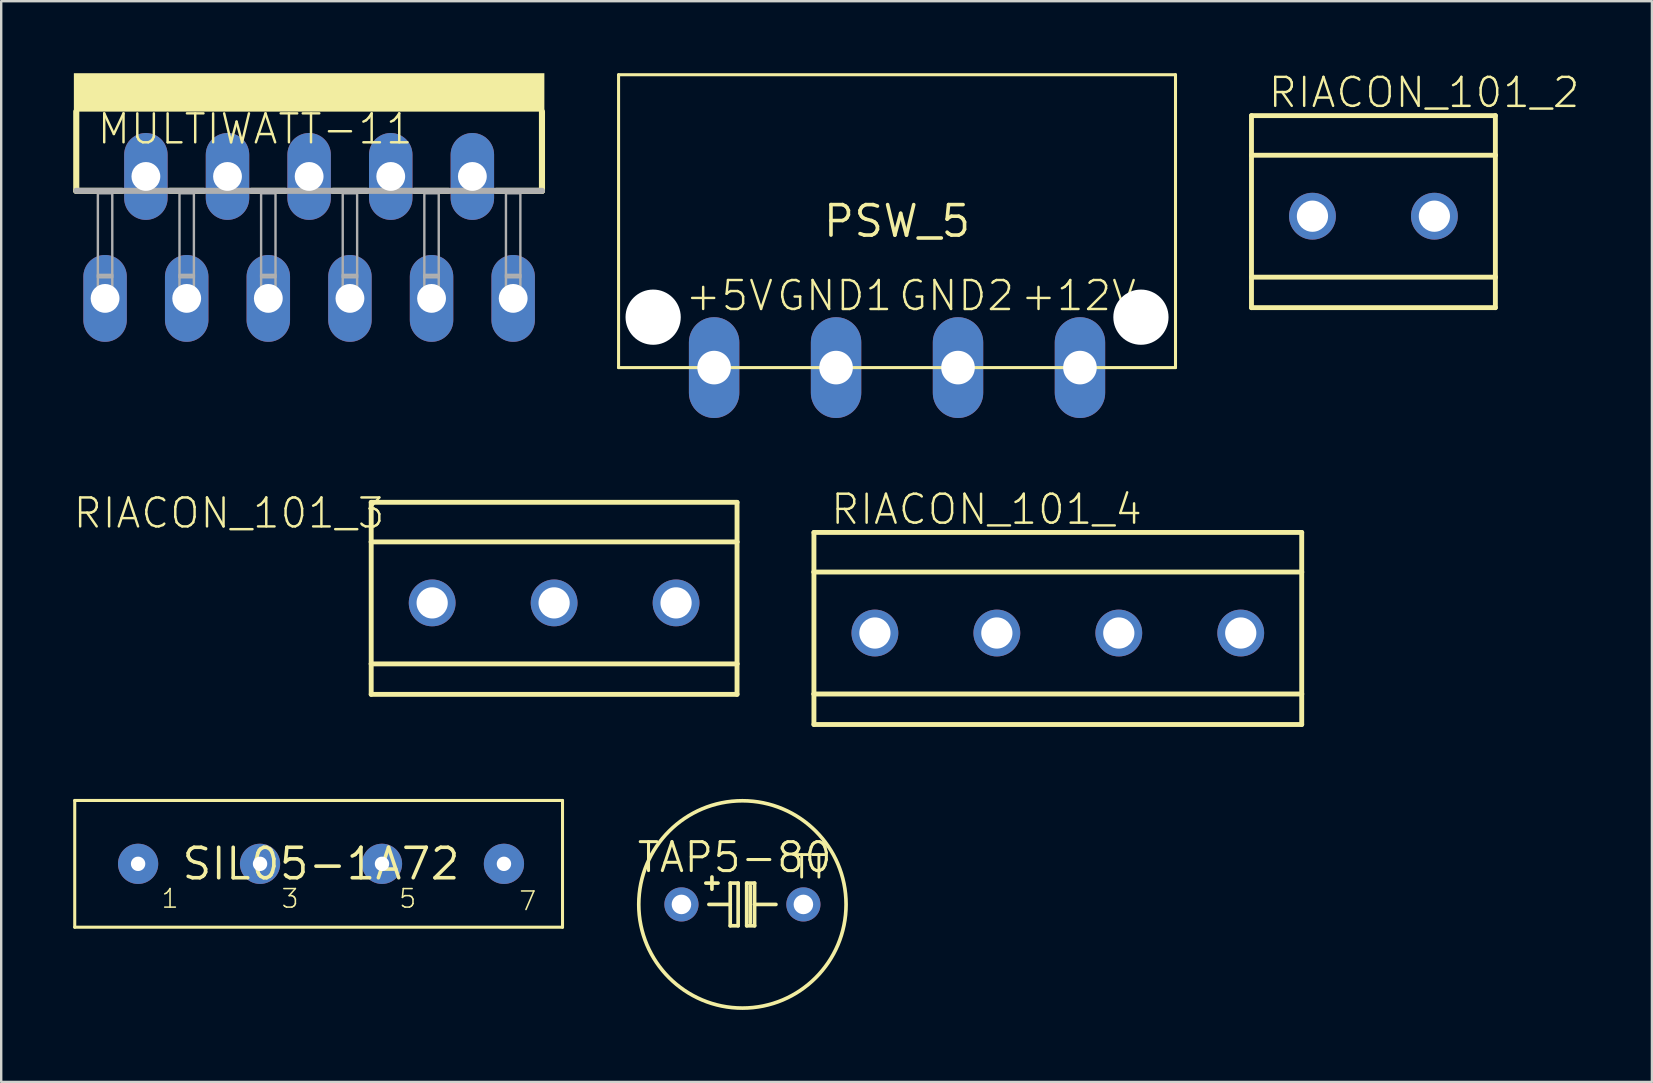
<source format=kicad_pcb>
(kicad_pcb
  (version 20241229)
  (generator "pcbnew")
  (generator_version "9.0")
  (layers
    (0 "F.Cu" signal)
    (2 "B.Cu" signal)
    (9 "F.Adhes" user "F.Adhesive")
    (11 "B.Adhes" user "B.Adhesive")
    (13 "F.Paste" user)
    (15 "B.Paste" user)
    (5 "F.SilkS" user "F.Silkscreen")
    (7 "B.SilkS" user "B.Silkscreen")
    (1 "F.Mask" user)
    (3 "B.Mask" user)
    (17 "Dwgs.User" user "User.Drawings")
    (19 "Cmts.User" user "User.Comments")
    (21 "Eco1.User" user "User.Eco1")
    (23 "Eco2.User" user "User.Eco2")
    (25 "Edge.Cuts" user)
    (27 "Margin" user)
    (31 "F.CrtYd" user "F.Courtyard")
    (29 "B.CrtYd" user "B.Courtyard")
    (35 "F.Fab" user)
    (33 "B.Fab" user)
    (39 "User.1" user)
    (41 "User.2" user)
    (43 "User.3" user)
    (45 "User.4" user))
  (footprint "MULTIWATT-11"
    (layer "F.Cu")
    (at 9.827 3.03)
    (property "Reference" "MULTIWATT-11" (at -8.89 0 0) (layer "F.SilkS") (effects (font (size 1.206 1.206) (thickness 0.102)) (justify left bottom)))
    (attr through_hole)
    (fp_line (start -9.7 1.87) (end -9.7 -1.43) (stroke (width 0.254) (type solid)) (layer "F.SilkS"))
    (fp_line (start -9.7 1.87) (end -7.8 1.87) (stroke (width 0.254) (type solid)) (layer "F.SilkS"))
    (fp_line (start -5.8 1.87) (end -4.4 1.87) (stroke (width 0.254) (type solid)) (layer "F.SilkS"))
    (fp_line (start -2.4 1.87) (end -1 1.87) (stroke (width 0.254) (type solid)) (layer "F.SilkS"))
    (fp_line (start 1 1.87) (end 2.4 1.87) (stroke (width 0.254) (type solid)) (layer "F.SilkS"))
    (fp_line (start 4.4 1.87) (end 5.8 1.87) (stroke (width 0.254) (type solid)) (layer "F.SilkS"))
    (fp_line (start 7.8 1.87) (end 9.7 1.87) (stroke (width 0.254) (type solid)) (layer "F.SilkS"))
    (fp_line (start 9.7 1.87) (end 9.7 -1.43) (stroke (width 0.254) (type solid)) (layer "F.SilkS"))
    (fp_poly (pts (xy -9.8 -1.43) (xy 9.8 -1.43) (xy 9.8 -3.03) (xy -9.8 -3.03)) (stroke (width 0) (type solid)) (fill yes) (layer "F.SilkS"))
    (fp_line (start -9.7 1.87) (end 9.7 1.87) (stroke (width 0.254) (type solid)) (layer "F.Fab"))
    (fp_poly (pts (xy -8.8 5.47) (xy -8.2 5.47) (xy -8.2 1.97) (xy -8.8 1.97)) (stroke (width 0.1) (type solid)) (fill no) (layer "F.Fab"))
    (fp_poly (pts (xy -8.8 6.57) (xy -8.2 6.57) (xy -8.2 5.37) (xy -8.8 5.37)) (stroke (width 0.1) (type solid)) (fill no) (layer "F.Fab"))
    (fp_poly (pts (xy -5.4 5.47) (xy -4.8 5.47) (xy -4.8 1.97) (xy -5.4 1.97)) (stroke (width 0.1) (type solid)) (fill no) (layer "F.Fab"))
    (fp_poly (pts (xy -5.4 6.57) (xy -4.8 6.57) (xy -4.8 5.37) (xy -5.4 5.37)) (stroke (width 0.1) (type solid)) (fill no) (layer "F.Fab"))
    (fp_poly (pts (xy -2 5.47) (xy -1.4 5.47) (xy -1.4 1.97) (xy -2 1.97)) (stroke (width 0.1) (type solid)) (fill no) (layer "F.Fab"))
    (fp_poly (pts (xy -2 6.57) (xy -1.4 6.57) (xy -1.4 5.37) (xy -2 5.37)) (stroke (width 0.1) (type solid)) (fill no) (layer "F.Fab"))
    (fp_poly (pts (xy 1.4 5.47) (xy 2 5.47) (xy 2 1.97) (xy 1.4 1.97)) (stroke (width 0.1) (type solid)) (fill no) (layer "F.Fab"))
    (fp_poly (pts (xy 1.4 6.57) (xy 2 6.57) (xy 2 5.37) (xy 1.4 5.37)) (stroke (width 0.1) (type solid)) (fill no) (layer "F.Fab"))
    (fp_poly (pts (xy 4.8 5.47) (xy 5.4 5.47) (xy 5.4 1.97) (xy 4.8 1.97)) (stroke (width 0.1) (type solid)) (fill no) (layer "F.Fab"))
    (fp_poly (pts (xy 4.8 6.57) (xy 5.4 6.57) (xy 5.4 5.37) (xy 4.8 5.37)) (stroke (width 0.1) (type solid)) (fill no) (layer "F.Fab"))
    (fp_poly (pts (xy 8.2 5.47) (xy 8.8 5.47) (xy 8.8 1.97) (xy 8.2 1.97)) (stroke (width 0.1) (type solid)) (fill no) (layer "F.Fab"))
    (fp_poly (pts (xy 8.2 6.57) (xy 8.8 6.57) (xy 8.8 5.37) (xy 8.2 5.37)) (stroke (width 0.1) (type solid)) (fill no) (layer "F.Fab"))
    (pad "1" thru_hole oval (at -8.5 6.35 90) (size 3.619 1.81) (drill 1.2) (layers "*.Cu" "*.Mask"))
    (pad "2" thru_hole oval (at -6.8 1.27 90) (size 3.619 1.81) (drill 1.2) (layers "*.Cu" "*.Mask"))
    (pad "3" thru_hole oval (at -5.1 6.35 90) (size 3.619 1.81) (drill 1.2) (layers "*.Cu" "*.Mask"))
    (pad "4" thru_hole oval (at -3.4 1.27 90) (size 3.619 1.81) (drill 1.2) (layers "*.Cu" "*.Mask"))
    (pad "5" thru_hole oval (at -1.7 6.35 90) (size 3.619 1.81) (drill 1.2) (layers "*.Cu" "*.Mask"))
    (pad "6" thru_hole oval (at 0 1.27 90) (size 3.619 1.81) (drill 1.2) (layers "*.Cu" "*.Mask"))
    (pad "7" thru_hole oval (at 1.7 6.35 90) (size 3.619 1.81) (drill 1.2) (layers "*.Cu" "*.Mask"))
    (pad "8" thru_hole oval (at 3.4 1.27 90) (size 3.619 1.81) (drill 1.2) (layers "*.Cu" "*.Mask"))
    (pad "9" thru_hole oval (at 5.1 6.35 90) (size 3.619 1.81) (drill 1.2) (layers "*.Cu" "*.Mask"))
    (pad "10" thru_hole oval (at 6.8 1.27 90) (size 3.619 1.81) (drill 1.2) (layers "*.Cu" "*.Mask"))
    (pad "11" thru_hole oval (at 8.5 6.35 90) (size 3.619 1.81) (drill 1.2) (layers "*.Cu" "*.Mask")))
  (footprint "RIACON_101_3"
    (layer "F.Cu")
    (at 20.033 22.065)
    (property "Reference" "RIACON_101_3" (at -6.985 -4.445 0) (layer "F.SilkS") (effects (font (size 1.206 1.206) (thickness 0.102)) (justify right top)))
    (attr through_hole)
    (fp_line (start -7.62 -4.19) (end 7.62 -4.19) (stroke (width 0.203) (type solid)) (layer "F.SilkS"))
    (fp_line (start -7.62 -2.54) (end -7.62 -4.19) (stroke (width 0.203) (type solid)) (layer "F.SilkS"))
    (fp_line (start -7.62 -2.54) (end 7.62 -2.54) (stroke (width 0.203) (type solid)) (layer "F.SilkS"))
    (fp_line (start -7.62 2.54) (end -7.62 -2.54) (stroke (width 0.203) (type solid)) (layer "F.SilkS"))
    (fp_line (start -7.62 2.54) (end 7.62 2.54) (stroke (width 0.203) (type solid)) (layer "F.SilkS"))
    (fp_line (start -7.62 3.81) (end -7.62 2.54) (stroke (width 0.203) (type solid)) (layer "F.SilkS"))
    (fp_line (start 7.62 -4.19) (end 7.62 -2.54) (stroke (width 0.203) (type solid)) (layer "F.SilkS"))
    (fp_line (start 7.62 -2.54) (end 7.62 2.54) (stroke (width 0.203) (type solid)) (layer "F.SilkS"))
    (fp_line (start 7.62 2.54) (end 7.62 3.81) (stroke (width 0.203) (type solid)) (layer "F.SilkS"))
    (fp_line (start 7.62 3.81) (end -7.62 3.81) (stroke (width 0.203) (type solid)) (layer "F.SilkS"))
    (fp_circle (center -5.08 0) (end -4.63 0) (stroke (width 0) (type solid)) (fill yes) (layer "F.Fab"))
    (fp_circle (center 0 0) (end 0.45 0) (stroke (width 0) (type solid)) (fill yes) (layer "F.Fab"))
    (fp_circle (center 5.08 0) (end 5.53 0) (stroke (width 0) (type solid)) (fill yes) (layer "F.Fab"))
    (pad "1" thru_hole circle (at -5.08 0) (size 1.95 1.95) (drill 1.3) (layers "*.Cu" "*.Mask"))
    (pad "2" thru_hole circle (at 0 0) (size 1.95 1.95) (drill 1.3) (layers "*.Cu" "*.Mask"))
    (pad "3" thru_hole circle (at 5.08 0) (size 1.95 1.95) (drill 1.3) (layers "*.Cu" "*.Mask")))
  (footprint "RIACON_101_4"
    (layer "F.Cu")
    (at 41.016 23.32)
    (property "Reference" "RIACON_101_4" (at -9.525 -4.445 0) (layer "F.SilkS") (effects (font (size 1.206 1.206) (thickness 0.102)) (justify left bottom)))
    (attr through_hole)
    (fp_line (start -10.16 -4.19) (end 10.16 -4.19) (stroke (width 0.203) (type solid)) (layer "F.SilkS"))
    (fp_line (start -10.16 -2.54) (end -10.16 -4.19) (stroke (width 0.203) (type solid)) (layer "F.SilkS"))
    (fp_line (start -10.16 -2.54) (end 10.16 -2.54) (stroke (width 0.203) (type solid)) (layer "F.SilkS"))
    (fp_line (start -10.16 2.54) (end -10.16 -2.54) (stroke (width 0.203) (type solid)) (layer "F.SilkS"))
    (fp_line (start -10.16 2.54) (end 10.16 2.54) (stroke (width 0.203) (type solid)) (layer "F.SilkS"))
    (fp_line (start -10.16 3.81) (end -10.16 2.54) (stroke (width 0.203) (type solid)) (layer "F.SilkS"))
    (fp_line (start 10.16 -4.19) (end 10.16 -2.54) (stroke (width 0.203) (type solid)) (layer "F.SilkS"))
    (fp_line (start 10.16 -2.54) (end 10.16 2.54) (stroke (width 0.203) (type solid)) (layer "F.SilkS"))
    (fp_line (start 10.16 2.54) (end 10.16 3.81) (stroke (width 0.203) (type solid)) (layer "F.SilkS"))
    (fp_line (start 10.16 3.81) (end -10.16 3.81) (stroke (width 0.203) (type solid)) (layer "F.SilkS"))
    (fp_circle (center -7.62 0) (end -7.17 0) (stroke (width 0) (type solid)) (fill yes) (layer "F.Fab"))
    (fp_circle (center -2.54 0) (end -2.09 0) (stroke (width 0) (type solid)) (fill yes) (layer "F.Fab"))
    (fp_circle (center 2.54 0) (end 2.99 0) (stroke (width 0) (type solid)) (fill yes) (layer "F.Fab"))
    (fp_circle (center 7.62 0) (end 8.07 0) (stroke (width 0) (type solid)) (fill yes) (layer "F.Fab"))
    (pad "1" thru_hole circle (at -7.62 0) (size 1.95 1.95) (drill 1.3) (layers "*.Cu" "*.Mask"))
    (pad "2" thru_hole circle (at -2.54 0) (size 1.95 1.95) (drill 1.3) (layers "*.Cu" "*.Mask"))
    (pad "3" thru_hole circle (at 2.54 0) (size 1.95 1.95) (drill 1.3) (layers "*.Cu" "*.Mask"))
    (pad "4" thru_hole circle (at 7.62 0) (size 1.95 1.95) (drill 1.3) (layers "*.Cu" "*.Mask")))
  (footprint "SIL05-1A72"
    (layer "F.Cu")
    (at 10.323 32.935)
    (property "Reference" "SIL05-1A72" (at 0 0 0) (layer "F.SilkS") (effects (font (size 1.27 1.27) (thickness 0.15))))
    (attr through_hole)
    (fp_line (start -10.26 -2.64) (end 10.06 -2.64) (stroke (width 0.127) (type solid)) (layer "F.SilkS"))
    (fp_line (start -10.26 2.64) (end -10.26 -2.64) (stroke (width 0.127) (type solid)) (layer "F.SilkS"))
    (fp_line (start 10.06 -2.64) (end 10.06 2.64) (stroke (width 0.127) (type solid)) (layer "F.SilkS"))
    (fp_line (start 10.06 2.64) (end -10.26 2.64) (stroke (width 0.127) (type solid)) (layer "F.SilkS"))
    (fp_text user "5" (at 3.2 1.9 0) (layer "F.SilkS") (effects (font (size 0.772 0.772) (thickness 0.065)) (justify left bottom)))
    (fp_text user "3" (at -1.7 1.9 0) (layer "F.SilkS") (effects (font (size 0.772 0.772) (thickness 0.065)) (justify left bottom)))
    (fp_text user "1" (at -6.7 1.9 0) (layer "F.SilkS") (effects (font (size 0.772 0.772) (thickness 0.065)) (justify left bottom)))
    (fp_text user "7" (at 8.2 2 0) (layer "F.SilkS") (effects (font (size 0.772 0.772) (thickness 0.065)) (justify left bottom)))
    (pad "P1" thru_hole circle (at -7.62 0) (size 1.676 1.676) (drill 0.6) (layers "*.Cu" "*.Mask"))
    (pad "P3" thru_hole circle (at -2.54 0) (size 1.676 1.676) (drill 0.6) (layers "*.Cu" "*.Mask"))
    (pad "P5" thru_hole circle (at 2.54 0) (size 1.676 1.676) (drill 0.6) (layers "*.Cu" "*.Mask"))
    (pad "P7" thru_hole circle (at 7.62 0) (size 1.676 1.676) (drill 0.6) (layers "*.Cu" "*.Mask")))
  (footprint "PSW_5"
    (layer "F.Cu")
    (at 34.318 6.163)
    (property "Reference" "PSW_5" (at 0 0 0) (layer "F.SilkS") (effects (font (size 1.27 1.27) (thickness 0.15))))
    (attr through_hole)
    (fp_line (start -11.6 -6.1) (end -11.6 6.1) (stroke (width 0.127) (type solid)) (layer "F.SilkS"))
    (fp_line (start -11.6 6.1) (end 11.6 6.1) (stroke (width 0.127) (type solid)) (layer "F.SilkS"))
    (fp_line (start 11.6 -6.1) (end -11.6 -6.1) (stroke (width 0.127) (type solid)) (layer "F.SilkS"))
    (fp_line (start 11.6 6.1) (end 11.6 -6.1) (stroke (width 0.127) (type solid)) (layer "F.SilkS"))
    (fp_text user "GND2" (at 0 3.81 0) (layer "F.SilkS") (effects (font (size 1.206 1.206) (thickness 0.102)) (justify left bottom)))
    (fp_text user "+12V" (at 5.08 3.81 0) (layer "F.SilkS") (effects (font (size 1.206 1.206) (thickness 0.102)) (justify left bottom)))
    (fp_text user "+5V" (at -8.89 3.81 0) (layer "F.SilkS") (effects (font (size 1.206 1.206) (thickness 0.102)) (justify left bottom)))
    (fp_text user "GND1" (at -5.08 3.81 0) (layer "F.SilkS") (effects (font (size 1.206 1.206) (thickness 0.102)) (justify left bottom)))
    (pad "" np_thru_hole circle (at -10.16 4) (size 2.3 2.3) (drill 2.3) (layers "*.Cu" "*.Mask"))
    (pad "" np_thru_hole circle (at 10.16 4) (size 2.3 2.3) (drill 2.3) (layers "*.Cu" "*.Mask"))
    (pad "+5V" thru_hole oval (at -7.62 6.1 90) (size 4.2 2.1) (drill 1.4) (layers "*.Cu" "*.Mask"))
    (pad "+12V" thru_hole oval (at 7.62 6.1 90) (size 4.2 2.1) (drill 1.4) (layers "*.Cu" "*.Mask"))
    (pad "GND1" thru_hole oval (at -2.54 6.1 90) (size 4.2 2.1) (drill 1.4) (layers "*.Cu" "*.Mask"))
    (pad "GND2" thru_hole oval (at 2.54 6.1 90) (size 4.2 2.1) (drill 1.4) (layers "*.Cu" "*.Mask")))
  (footprint "TAP5-80"
    (layer "F.Cu")
    (at 27.877 34.626)
    (property "Reference" "TAP5-80" (at 3.81 -2.667 0) (layer "F.SilkS") (effects (font (size 1.206 1.206) (thickness 0.127)) (justify right top)))
    (attr through_hole)
    (fp_line (start -1.397 0) (end -0.508 0) (stroke (width 0.152) (type solid)) (layer "F.SilkS"))
    (fp_line (start -1.27 -0.635) (end -1.27 -1.143) (stroke (width 0.152) (type solid)) (layer "F.SilkS"))
    (fp_line (start -1.016 -0.889) (end -1.524 -0.889) (stroke (width 0.152) (type solid)) (layer "F.SilkS"))
    (fp_line (start -0.508 -0.889) (end -0.508 0) (stroke (width 0.152) (type solid)) (layer "F.SilkS"))
    (fp_line (start -0.508 0) (end -0.508 0.889) (stroke (width 0.152) (type solid)) (layer "F.SilkS"))
    (fp_line (start -0.508 0.889) (end -0.178 0.889) (stroke (width 0.152) (type solid)) (layer "F.SilkS"))
    (fp_line (start -0.178 -0.889) (end -0.508 -0.889) (stroke (width 0.152) (type solid)) (layer "F.SilkS"))
    (fp_line (start -0.178 0.889) (end -0.178 -0.889) (stroke (width 0.152) (type solid)) (layer "F.SilkS"))
    (fp_line (start 0.178 -0.889) (end 0.178 0.889) (stroke (width 0.152) (type solid)) (layer "F.SilkS"))
    (fp_line (start 0.178 0.889) (end 0.508 0.889) (stroke (width 0.152) (type solid)) (layer "F.SilkS"))
    (fp_line (start 0.33 0.762) (end 0.33 -0.762) (stroke (width 0.152) (type solid)) (layer "F.SilkS"))
    (fp_line (start 0.508 -0.889) (end 0.178 -0.889) (stroke (width 0.152) (type solid)) (layer "F.SilkS"))
    (fp_line (start 0.508 0) (end 0.508 -0.889) (stroke (width 0.152) (type solid)) (layer "F.SilkS"))
    (fp_line (start 0.508 0) (end 1.397 0) (stroke (width 0.152) (type solid)) (layer "F.SilkS"))
    (fp_line (start 0.508 0.889) (end 0.508 0) (stroke (width 0.152) (type solid)) (layer "F.SilkS"))
    (fp_circle (center 0 0) (end 4.318 0) (stroke (width 0.152) (type solid)) (fill no) (layer "F.SilkS"))
    (fp_text user "TT" (at 2.032 -1.016 0) (layer "F.SilkS") (effects (font (size 0.941 0.941) (thickness 0.119)) (justify left bottom)))
    (pad "+" thru_hole circle (at -2.54 0) (size 1.422 1.422) (drill 0.813) (layers "*.Cu" "*.Mask"))
    (pad "-" thru_hole circle (at 2.54 0) (size 1.422 1.422) (drill 0.813) (layers "*.Cu" "*.Mask")))
  (footprint "RIACON_101_2"
    (layer "F.Cu")
    (at 54.163 5.956)
    (property "Reference" "RIACON_101_2" (at -4.445 -4.445 0) (layer "F.SilkS") (effects (font (size 1.206 1.206) (thickness 0.102)) (justify left bottom)))
    (attr through_hole)
    (fp_line (start -5.08 -4.19) (end 5.08 -4.19) (stroke (width 0.203) (type solid)) (layer "F.SilkS"))
    (fp_line (start -5.08 -2.54) (end -5.08 -4.19) (stroke (width 0.203) (type solid)) (layer "F.SilkS"))
    (fp_line (start -5.08 -2.54) (end 5.08 -2.54) (stroke (width 0.203) (type solid)) (layer "F.SilkS"))
    (fp_line (start -5.08 2.54) (end -5.08 -2.54) (stroke (width 0.203) (type solid)) (layer "F.SilkS"))
    (fp_line (start -5.08 2.54) (end 5.08 2.54) (stroke (width 0.203) (type solid)) (layer "F.SilkS"))
    (fp_line (start -5.08 3.81) (end -5.08 2.54) (stroke (width 0.203) (type solid)) (layer "F.SilkS"))
    (fp_line (start 5.08 -4.19) (end 5.08 -2.54) (stroke (width 0.203) (type solid)) (layer "F.SilkS"))
    (fp_line (start 5.08 -2.54) (end 5.08 2.54) (stroke (width 0.203) (type solid)) (layer "F.SilkS"))
    (fp_line (start 5.08 2.54) (end 5.08 3.81) (stroke (width 0.203) (type solid)) (layer "F.SilkS"))
    (fp_line (start 5.08 3.81) (end -5.08 3.81) (stroke (width 0.203) (type solid)) (layer "F.SilkS"))
    (fp_circle (center -2.54 0) (end -2.09 0) (stroke (width 0) (type solid)) (fill yes) (layer "F.Fab"))
    (fp_circle (center 2.54 0) (end 2.99 0) (stroke (width 0) (type solid)) (fill yes) (layer "F.Fab"))
    (pad "1" thru_hole circle (at -2.54 0) (size 1.95 1.95) (drill 1.3) (layers "*.Cu" "*.Mask"))
    (pad "2" thru_hole circle (at 2.54 0) (size 1.95 1.95) (drill 1.3) (layers "*.Cu" "*.Mask")))
  (gr_rect
    (start -3 -3)
    (end 65.765 42.02)
    (stroke (width 0.1) (type default))
    (fill no)
    (layer "Edge.Cuts")))
</source>
